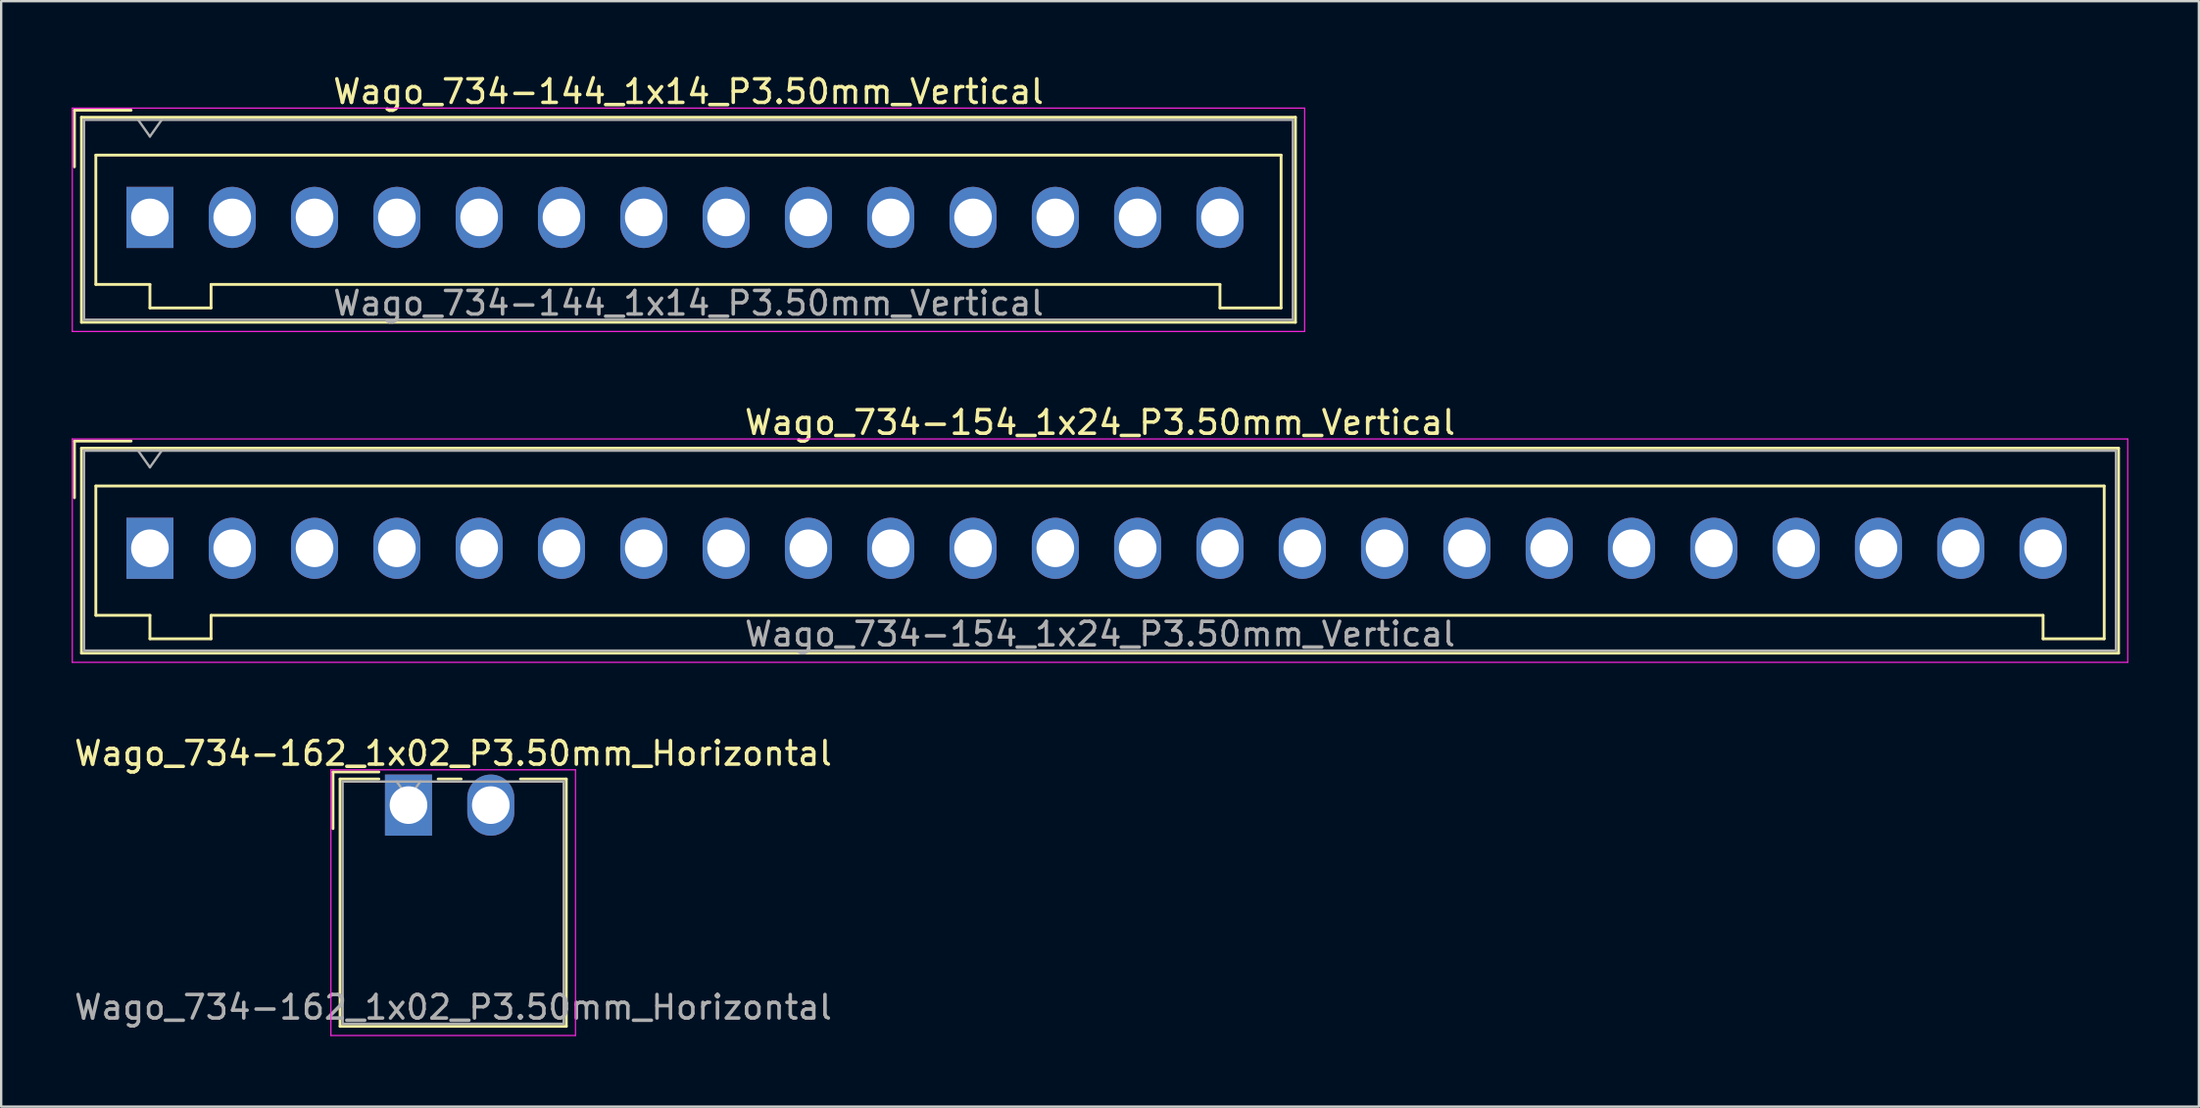
<source format=kicad_pcb>
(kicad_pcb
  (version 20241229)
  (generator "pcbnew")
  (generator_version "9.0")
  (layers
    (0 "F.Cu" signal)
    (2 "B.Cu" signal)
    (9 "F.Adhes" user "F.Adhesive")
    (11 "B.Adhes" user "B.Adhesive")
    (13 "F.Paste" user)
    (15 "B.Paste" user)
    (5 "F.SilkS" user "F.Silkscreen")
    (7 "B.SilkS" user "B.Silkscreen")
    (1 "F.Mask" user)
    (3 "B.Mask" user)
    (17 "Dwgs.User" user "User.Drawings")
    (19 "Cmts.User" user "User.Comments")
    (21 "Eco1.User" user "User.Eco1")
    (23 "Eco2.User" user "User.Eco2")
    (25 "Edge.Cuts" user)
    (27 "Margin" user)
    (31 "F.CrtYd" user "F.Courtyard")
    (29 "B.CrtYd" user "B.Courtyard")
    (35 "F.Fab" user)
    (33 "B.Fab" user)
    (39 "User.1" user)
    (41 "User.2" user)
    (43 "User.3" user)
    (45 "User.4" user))
  (footprint "Wago_734-154_1x24_P3.50mm_Vertical"
    (layer "F.Cu")
    (at 3.325 20.271)
    (property "Reference" "Wago_734-154_1x24_P3.50mm_Vertical" (at 40.4 -5.35 0) (layer "F.SilkS") (effects (font (size 1 1) (thickness 0.15))))
    (attr through_hole)
    (fp_line (start -3.21 -4.56) (end -0.8 -4.56) (stroke (width 0.12) (type solid)) (layer "F.SilkS"))
    (fp_line (start -3.21 -2.15) (end -3.21 -4.56) (stroke (width 0.12) (type solid)) (layer "F.SilkS"))
    (fp_line (start -2.91 -4.26) (end -2.91 4.46) (stroke (width 0.12) (type solid)) (layer "F.SilkS"))
    (fp_line (start -2.91 4.46) (end 83.71 4.46) (stroke (width 0.12) (type solid)) (layer "F.SilkS"))
    (fp_line (start -2.3 -2.65) (end -2.3 2.85) (stroke (width 0.12) (type solid)) (layer "F.SilkS"))
    (fp_line (start -2.3 2.85) (end 0 2.85) (stroke (width 0.12) (type solid)) (layer "F.SilkS"))
    (fp_line (start 0 2.85) (end 0 3.85) (stroke (width 0.12) (type solid)) (layer "F.SilkS"))
    (fp_line (start 0 3.85) (end 2.6 3.85) (stroke (width 0.12) (type solid)) (layer "F.SilkS"))
    (fp_line (start 2.6 2.85) (end 80.5 2.85) (stroke (width 0.12) (type solid)) (layer "F.SilkS"))
    (fp_line (start 2.6 3.85) (end 2.6 2.85) (stroke (width 0.12) (type solid)) (layer "F.SilkS"))
    (fp_line (start 80.5 2.85) (end 80.5 3.85) (stroke (width 0.12) (type solid)) (layer "F.SilkS"))
    (fp_line (start 80.5 3.85) (end 83.1 3.85) (stroke (width 0.12) (type solid)) (layer "F.SilkS"))
    (fp_line (start 83.1 -2.65) (end -2.3 -2.65) (stroke (width 0.12) (type solid)) (layer "F.SilkS"))
    (fp_line (start 83.1 3.85) (end 83.1 -2.65) (stroke (width 0.12) (type solid)) (layer "F.SilkS"))
    (fp_line (start 83.71 -4.26) (end -2.91 -4.26) (stroke (width 0.12) (type solid)) (layer "F.SilkS"))
    (fp_line (start 83.71 4.46) (end 83.71 -4.26) (stroke (width 0.12) (type solid)) (layer "F.SilkS"))
    (fp_line (start -3.3 -4.65) (end -3.3 4.85) (stroke (width 0.05) (type solid)) (layer "F.CrtYd"))
    (fp_line (start -3.3 4.85) (end 84.1 4.85) (stroke (width 0.05) (type solid)) (layer "F.CrtYd"))
    (fp_line (start 84.1 -4.65) (end -3.3 -4.65) (stroke (width 0.05) (type solid)) (layer "F.CrtYd"))
    (fp_line (start 84.1 4.85) (end 84.1 -4.65) (stroke (width 0.05) (type solid)) (layer "F.CrtYd"))
    (fp_line (start -2.8 -4.15) (end -2.8 4.35) (stroke (width 0.1) (type solid)) (layer "F.Fab"))
    (fp_line (start -2.8 4.35) (end 83.6 4.35) (stroke (width 0.1) (type solid)) (layer "F.Fab"))
    (fp_line (start -0.5 -4.15) (end 0 -3.443) (stroke (width 0.1) (type solid)) (layer "F.Fab"))
    (fp_line (start 0 -3.443) (end 0.5 -4.15) (stroke (width 0.1) (type solid)) (layer "F.Fab"))
    (fp_line (start 83.6 -4.15) (end -2.8 -4.15) (stroke (width 0.1) (type solid)) (layer "F.Fab"))
    (fp_line (start 83.6 4.35) (end 83.6 -4.15) (stroke (width 0.1) (type solid)) (layer "F.Fab"))
    (fp_text user "${REFERENCE}" (at 40.4 3.65 0) (layer "F.Fab") (effects (font (size 1 1) (thickness 0.15))))
    (pad "1" thru_hole rect (at 0 0) (size 2 2.6) (drill 1.6) (layers "*.Cu" "*.Mask"))
    (pad "2" thru_hole oval (at 3.5 0) (size 2 2.6) (drill 1.6) (layers "*.Cu" "*.Mask"))
    (pad "3" thru_hole oval (at 7 0) (size 2 2.6) (drill 1.6) (layers "*.Cu" "*.Mask"))
    (pad "4" thru_hole oval (at 10.5 0) (size 2 2.6) (drill 1.6) (layers "*.Cu" "*.Mask"))
    (pad "5" thru_hole oval (at 14 0) (size 2 2.6) (drill 1.6) (layers "*.Cu" "*.Mask"))
    (pad "6" thru_hole oval (at 17.5 0) (size 2 2.6) (drill 1.6) (layers "*.Cu" "*.Mask"))
    (pad "7" thru_hole oval (at 21 0) (size 2 2.6) (drill 1.6) (layers "*.Cu" "*.Mask"))
    (pad "8" thru_hole oval (at 24.5 0) (size 2 2.6) (drill 1.6) (layers "*.Cu" "*.Mask"))
    (pad "9" thru_hole oval (at 28 0) (size 2 2.6) (drill 1.6) (layers "*.Cu" "*.Mask"))
    (pad "10" thru_hole oval (at 31.5 0) (size 2 2.6) (drill 1.6) (layers "*.Cu" "*.Mask"))
    (pad "11" thru_hole oval (at 35 0) (size 2 2.6) (drill 1.6) (layers "*.Cu" "*.Mask"))
    (pad "12" thru_hole oval (at 38.5 0) (size 2 2.6) (drill 1.6) (layers "*.Cu" "*.Mask"))
    (pad "13" thru_hole oval (at 42 0) (size 2 2.6) (drill 1.6) (layers "*.Cu" "*.Mask"))
    (pad "14" thru_hole oval (at 45.5 0) (size 2 2.6) (drill 1.6) (layers "*.Cu" "*.Mask"))
    (pad "15" thru_hole oval (at 49 0) (size 2 2.6) (drill 1.6) (layers "*.Cu" "*.Mask"))
    (pad "16" thru_hole oval (at 52.5 0) (size 2 2.6) (drill 1.6) (layers "*.Cu" "*.Mask"))
    (pad "17" thru_hole oval (at 56 0) (size 2 2.6) (drill 1.6) (layers "*.Cu" "*.Mask"))
    (pad "18" thru_hole oval (at 59.5 0) (size 2 2.6) (drill 1.6) (layers "*.Cu" "*.Mask"))
    (pad "19" thru_hole oval (at 63 0) (size 2 2.6) (drill 1.6) (layers "*.Cu" "*.Mask"))
    (pad "20" thru_hole oval (at 66.5 0) (size 2 2.6) (drill 1.6) (layers "*.Cu" "*.Mask"))
    (pad "21" thru_hole oval (at 70 0) (size 2 2.6) (drill 1.6) (layers "*.Cu" "*.Mask"))
    (pad "22" thru_hole oval (at 73.5 0) (size 2 2.6) (drill 1.6) (layers "*.Cu" "*.Mask"))
    (pad "23" thru_hole oval (at 77 0) (size 2 2.6) (drill 1.6) (layers "*.Cu" "*.Mask"))
    (pad "24" thru_hole oval (at 80.5 0) (size 2 2.6) (drill 1.6) (layers "*.Cu" "*.Mask")))
  (footprint "Wago_734-144_1x14_P3.50mm_Vertical"
    (layer "F.Cu")
    (at 3.325 6.198)
    (property "Reference" "Wago_734-144_1x14_P3.50mm_Vertical" (at 22.9 -5.35 0) (layer "F.SilkS") (effects (font (size 1 1) (thickness 0.15))))
    (attr through_hole)
    (fp_line (start -3.21 -4.56) (end -0.8 -4.56) (stroke (width 0.12) (type solid)) (layer "F.SilkS"))
    (fp_line (start -3.21 -2.15) (end -3.21 -4.56) (stroke (width 0.12) (type solid)) (layer "F.SilkS"))
    (fp_line (start -2.91 -4.26) (end -2.91 4.46) (stroke (width 0.12) (type solid)) (layer "F.SilkS"))
    (fp_line (start -2.91 4.46) (end 48.71 4.46) (stroke (width 0.12) (type solid)) (layer "F.SilkS"))
    (fp_line (start -2.3 -2.65) (end -2.3 2.85) (stroke (width 0.12) (type solid)) (layer "F.SilkS"))
    (fp_line (start -2.3 2.85) (end 0 2.85) (stroke (width 0.12) (type solid)) (layer "F.SilkS"))
    (fp_line (start 0 2.85) (end 0 3.85) (stroke (width 0.12) (type solid)) (layer "F.SilkS"))
    (fp_line (start 0 3.85) (end 2.6 3.85) (stroke (width 0.12) (type solid)) (layer "F.SilkS"))
    (fp_line (start 2.6 2.85) (end 45.5 2.85) (stroke (width 0.12) (type solid)) (layer "F.SilkS"))
    (fp_line (start 2.6 3.85) (end 2.6 2.85) (stroke (width 0.12) (type solid)) (layer "F.SilkS"))
    (fp_line (start 45.5 2.85) (end 45.5 3.85) (stroke (width 0.12) (type solid)) (layer "F.SilkS"))
    (fp_line (start 45.5 3.85) (end 48.1 3.85) (stroke (width 0.12) (type solid)) (layer "F.SilkS"))
    (fp_line (start 48.1 -2.65) (end -2.3 -2.65) (stroke (width 0.12) (type solid)) (layer "F.SilkS"))
    (fp_line (start 48.1 3.85) (end 48.1 -2.65) (stroke (width 0.12) (type solid)) (layer "F.SilkS"))
    (fp_line (start 48.71 -4.26) (end -2.91 -4.26) (stroke (width 0.12) (type solid)) (layer "F.SilkS"))
    (fp_line (start 48.71 4.46) (end 48.71 -4.26) (stroke (width 0.12) (type solid)) (layer "F.SilkS"))
    (fp_line (start -3.3 -4.65) (end -3.3 4.85) (stroke (width 0.05) (type solid)) (layer "F.CrtYd"))
    (fp_line (start -3.3 4.85) (end 49.1 4.85) (stroke (width 0.05) (type solid)) (layer "F.CrtYd"))
    (fp_line (start 49.1 -4.65) (end -3.3 -4.65) (stroke (width 0.05) (type solid)) (layer "F.CrtYd"))
    (fp_line (start 49.1 4.85) (end 49.1 -4.65) (stroke (width 0.05) (type solid)) (layer "F.CrtYd"))
    (fp_line (start -2.8 -4.15) (end -2.8 4.35) (stroke (width 0.1) (type solid)) (layer "F.Fab"))
    (fp_line (start -2.8 4.35) (end 48.6 4.35) (stroke (width 0.1) (type solid)) (layer "F.Fab"))
    (fp_line (start -0.5 -4.15) (end 0 -3.443) (stroke (width 0.1) (type solid)) (layer "F.Fab"))
    (fp_line (start 0 -3.443) (end 0.5 -4.15) (stroke (width 0.1) (type solid)) (layer "F.Fab"))
    (fp_line (start 48.6 -4.15) (end -2.8 -4.15) (stroke (width 0.1) (type solid)) (layer "F.Fab"))
    (fp_line (start 48.6 4.35) (end 48.6 -4.15) (stroke (width 0.1) (type solid)) (layer "F.Fab"))
    (fp_text user "${REFERENCE}" (at 22.9 3.65 0) (layer "F.Fab") (effects (font (size 1 1) (thickness 0.15))))
    (pad "1" thru_hole rect (at 0 0) (size 2 2.6) (drill 1.6) (layers "*.Cu" "*.Mask"))
    (pad "2" thru_hole oval (at 3.5 0) (size 2 2.6) (drill 1.6) (layers "*.Cu" "*.Mask"))
    (pad "3" thru_hole oval (at 7 0) (size 2 2.6) (drill 1.6) (layers "*.Cu" "*.Mask"))
    (pad "4" thru_hole oval (at 10.5 0) (size 2 2.6) (drill 1.6) (layers "*.Cu" "*.Mask"))
    (pad "5" thru_hole oval (at 14 0) (size 2 2.6) (drill 1.6) (layers "*.Cu" "*.Mask"))
    (pad "6" thru_hole oval (at 17.5 0) (size 2 2.6) (drill 1.6) (layers "*.Cu" "*.Mask"))
    (pad "7" thru_hole oval (at 21 0) (size 2 2.6) (drill 1.6) (layers "*.Cu" "*.Mask"))
    (pad "8" thru_hole oval (at 24.5 0) (size 2 2.6) (drill 1.6) (layers "*.Cu" "*.Mask"))
    (pad "9" thru_hole oval (at 28 0) (size 2 2.6) (drill 1.6) (layers "*.Cu" "*.Mask"))
    (pad "10" thru_hole oval (at 31.5 0) (size 2 2.6) (drill 1.6) (layers "*.Cu" "*.Mask"))
    (pad "11" thru_hole oval (at 35 0) (size 2 2.6) (drill 1.6) (layers "*.Cu" "*.Mask"))
    (pad "12" thru_hole oval (at 38.5 0) (size 2 2.6) (drill 1.6) (layers "*.Cu" "*.Mask"))
    (pad "13" thru_hole oval (at 42 0) (size 2 2.6) (drill 1.6) (layers "*.Cu" "*.Mask"))
    (pad "14" thru_hole oval (at 45.5 0) (size 2 2.6) (drill 1.6) (layers "*.Cu" "*.Mask")))
  (footprint "Wago_734-162_1x02_P3.50mm_Horizontal"
    (layer "F.Cu")
    (at 14.32 31.195)
    (property "Reference" "Wago_734-162_1x02_P3.50mm_Horizontal" (at 1.9 -2.2 0) (layer "F.SilkS") (effects (font (size 1 1) (thickness 0.15))))
    (attr through_hole)
    (fp_line (start -3.21 -1.41) (end -1.26 -1.41) (stroke (width 0.12) (type solid)) (layer "F.SilkS"))
    (fp_line (start -3.21 1) (end -3.21 -1.41) (stroke (width 0.12) (type solid)) (layer "F.SilkS"))
    (fp_line (start -2.91 -1.11) (end -2.91 9.41) (stroke (width 0.12) (type solid)) (layer "F.SilkS"))
    (fp_line (start -2.91 9.41) (end 6.71 9.41) (stroke (width 0.12) (type solid)) (layer "F.SilkS"))
    (fp_line (start -1.26 -1.11) (end -2.91 -1.11) (stroke (width 0.12) (type solid)) (layer "F.SilkS"))
    (fp_line (start 1.26 -1.11) (end 2.24 -1.11) (stroke (width 0.12) (type solid)) (layer "F.SilkS"))
    (fp_line (start 6.71 -1.11) (end 4.76 -1.11) (stroke (width 0.12) (type solid)) (layer "F.SilkS"))
    (fp_line (start 6.71 9.41) (end 6.71 -1.11) (stroke (width 0.12) (type solid)) (layer "F.SilkS"))
    (fp_line (start -3.3 -1.5) (end -3.3 9.8) (stroke (width 0.05) (type solid)) (layer "F.CrtYd"))
    (fp_line (start -3.3 9.8) (end 7.1 9.8) (stroke (width 0.05) (type solid)) (layer "F.CrtYd"))
    (fp_line (start 7.1 -1.5) (end -3.3 -1.5) (stroke (width 0.05) (type solid)) (layer "F.CrtYd"))
    (fp_line (start 7.1 9.8) (end 7.1 -1.5) (stroke (width 0.05) (type solid)) (layer "F.CrtYd"))
    (fp_line (start -2.8 -1) (end -2.8 9.3) (stroke (width 0.1) (type solid)) (layer "F.Fab"))
    (fp_line (start -2.8 9.3) (end 6.6 9.3) (stroke (width 0.1) (type solid)) (layer "F.Fab"))
    (fp_line (start -0.5 -1) (end 0 -0.293) (stroke (width 0.1) (type solid)) (layer "F.Fab"))
    (fp_line (start 0 -0.293) (end 0.5 -1) (stroke (width 0.1) (type solid)) (layer "F.Fab"))
    (fp_line (start 6.6 -1) (end -2.8 -1) (stroke (width 0.1) (type solid)) (layer "F.Fab"))
    (fp_line (start 6.6 9.3) (end 6.6 -1) (stroke (width 0.1) (type solid)) (layer "F.Fab"))
    (fp_text user "${REFERENCE}" (at 1.9 8.6 0) (layer "F.Fab") (effects (font (size 1 1) (thickness 0.15))))
    (pad "1" thru_hole rect (at 0 0) (size 2 2.6) (drill 1.6) (layers "*.Cu" "*.Mask"))
    (pad "2" thru_hole oval (at 3.5 0) (size 2 2.6) (drill 1.6) (layers "*.Cu" "*.Mask")))
  (gr_rect
    (start -3 -3)
    (end 90.45 44.02)
    (stroke (width 0.1) (type default))
    (fill no)
    (layer "Edge.Cuts")))
</source>
